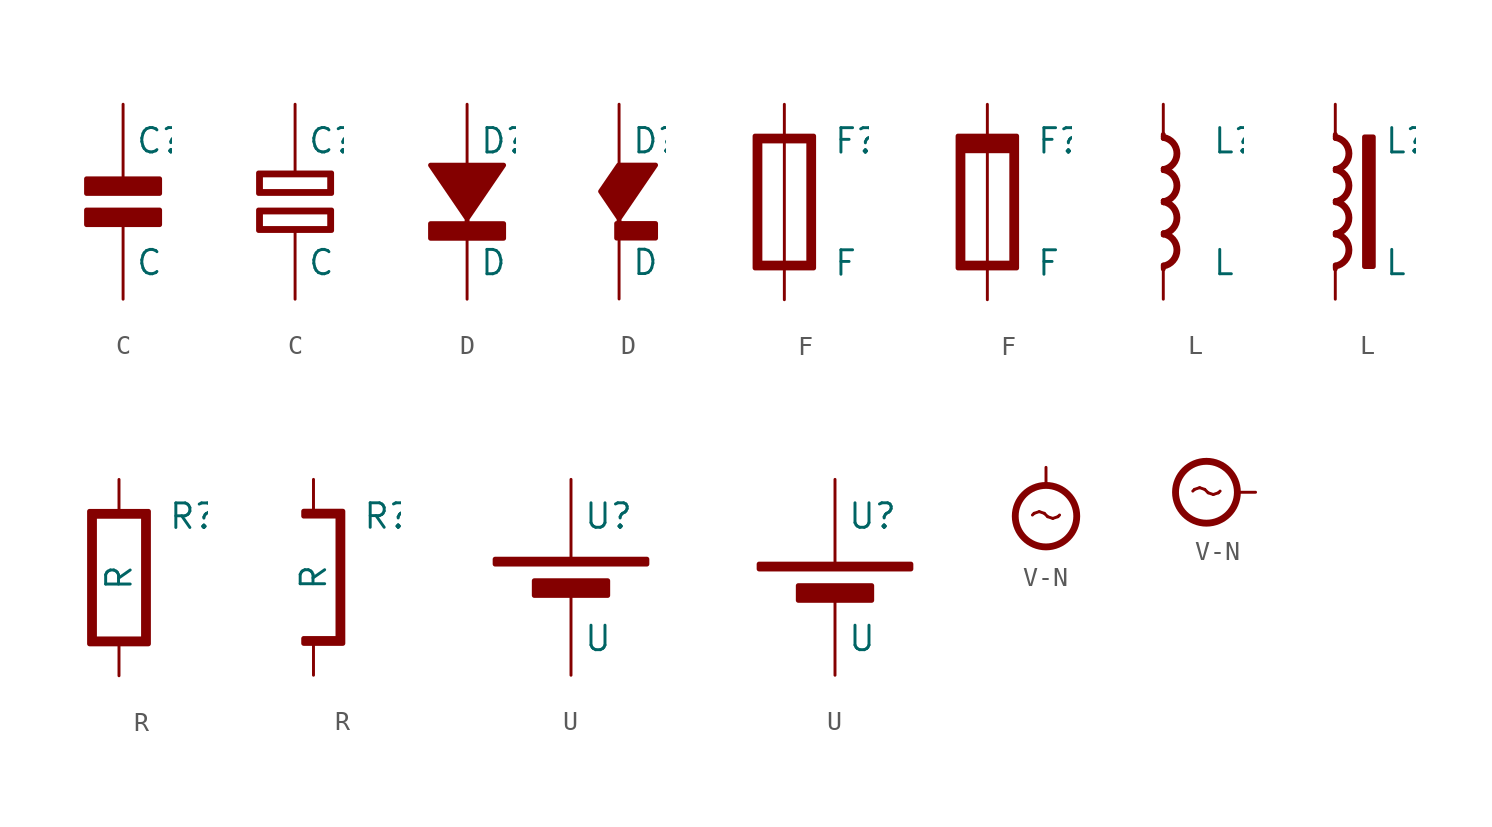
<source format=kicad_sym>
(kicad_symbol_lib
  (version 20220914)
  (generator kicad_symbol_editor)
  (symbol "C"
    (pin_numbers hide)
    (pin_names
      (offset 0) hide)
    (property "Reference" "C"
      (at 0.635 3.175 0)
      (effects (font (size 1.27 1.27)) (justify left)))
    (property "Value" "C"
      (at 0.635 -3.175 0)
      (effects (font (size 1.27 1.27)) (justify left)))
    (symbol "C_1_1"
      (rectangle (start -1.905 -0.432) (end 1.905 -1.194) (stroke (width 0.254) (type default)) (fill (type outline)))
      (rectangle (start -1.905 1.194) (end 1.905 0.432) (stroke (width 0.254) (type default)) (fill (type outline)))
      (pin passive line (at 0 5.08 270) (length 3.886) (name "+" (effects (font (size 1.27 1.27)))) (number "1" (effects (font (size 1.27 1.27)))))
      (pin passive line (at 0 -5.08 90) (length 3.886) (name "-" (effects (font (size 1.27 1.27)))) (number "2" (effects (font (size 1.27 1.27))))))
    (symbol "C_1_2"
      (polyline (pts (xy -1.905 -1.499) (xy 1.905 -1.499) (xy 1.905 -0.432) (xy -1.905 -0.432) (xy -1.905 -1.499) (xy -1.803 -1.397) (xy -1.803 -0.533) (xy 1.803 -0.533) (xy 1.803 -1.397) (xy -1.803 -1.397) (xy -1.905 -1.499)) (stroke (width 0.254) (type default)) (fill (type outline)))
      (polyline (pts (xy -1.905 0.432) (xy 1.905 0.432) (xy 1.905 1.499) (xy -1.905 1.499) (xy -1.905 0.432) (xy -1.803 0.533) (xy -1.803 1.397) (xy 1.803 1.397) (xy 1.803 0.533) (xy -1.803 0.533) (xy -1.905 0.432)) (stroke (width 0.254) (type default)) (fill (type outline)))
      (pin passive line (at 0 5.08 270) (length 3.581) (name "+" (effects (font (size 1.27 1.27)))) (number "1" (effects (font (size 1.27 1.27)))))
      (pin passive line (at 0 -5.08 90) (length 3.581) (name "-" (effects (font (size 1.27 1.27)))) (number "2" (effects (font (size 1.27 1.27)))))))
  (symbol "D"
    (pin_numbers hide)
    (pin_names
      (offset 0) hide)
    (property "Reference" "D"
      (at 0.635 3.175 0)
      (effects (font (size 1.27 1.27)) (justify left)))
    (property "Value" "D"
      (at 0.635 -3.175 0)
      (effects (font (size 1.27 1.27)) (justify left)))
    (symbol "D_1_0"
      (pin passive line (at 0 -5.08 90) (length 3.175) (name "K-" (effects (font (size 1.27 1.27)))) (number "1" (effects (font (size 1.27 1.27)))))
      (pin passive line (at 0 5.08 270) (length 3.175) (name "A+" (effects (font (size 1.27 1.27)))) (number "2" (effects (font (size 1.27 1.27))))))
    (symbol "D_1_1"
      (polyline (pts (xy -1.905 -1.905) (xy 1.905 -1.905) (xy 1.905 -1.143) (xy 0 -1.143) (xy 0 -0.889) (xy 1.905 1.905) (xy -1.905 1.905) (xy 0 -0.889) (xy 0 -1.143) (xy -1.905 -1.143) (xy -1.905 -1.905)) (stroke (width 0.254) (type default)) (fill (type outline))))
    (symbol "D_1_2"
      (polyline (pts (xy -0.127 -1.905) (xy 1.905 -1.905) (xy 1.905 -1.143) (xy 0 -1.143) (xy 0 -0.889) (xy 1.905 1.905) (xy -0.025 1.905) (xy -0.965 0.533) (xy 0 -0.889) (xy 0 -1.143) (xy -0.127 -1.143) (xy -0.127 -1.905)) (stroke (width 0.254) (type default)) (fill (type outline)))))
  (symbol "F"
    (pin_numbers hide)
    (pin_names
      (offset 0) hide)
    (property "Reference" "F"
      (at 2.54 3.175 0)
      (effects (font (size 1.27 1.27)) (justify left)))
    (property "Value" "F"
      (at 2.54 -3.175 0)
      (effects (font (size 1.27 1.27)) (justify left)))
    (symbol "F_1_0"
      (polyline (pts (xy 0 3.429) (xy 0 -3.429)) (stroke (width 0) (type default)) (fill (type none)))
      (pin passive line (at 0 5.08 270) (length 1.651) (name "+" (effects (font (size 1.27 1.27)))) (number "1" (effects (font (size 1.27 1.27)))))
      (pin passive line (at 0 -5.08 90) (length 1.651) (name "-" (effects (font (size 1.27 1.27)))) (number "2" (effects (font (size 1.27 1.27))))))
    (symbol "F_1_1"
      (polyline (pts (xy -1.524 -3.429) (xy 1.524 -3.429) (xy 1.524 3.429) (xy -1.524 3.429) (xy -1.524 -3.429) (xy -1.27 -3.175) (xy -1.27 3.175) (xy 1.27 3.175) (xy 1.27 -3.175) (xy -1.27 -3.175) (xy -1.524 -3.429)) (stroke (width 0.254) (type default)) (fill (type outline))))
    (symbol "F_1_2"
      (polyline (pts (xy -1.524 -3.429) (xy 1.524 -3.429) (xy 1.524 3.429) (xy -1.524 3.429) (xy -1.524 -3.429) (xy -1.27 -3.175) (xy -1.27 2.667) (xy 1.27 2.667) (xy 1.27 -3.175) (xy -1.27 -3.175) (xy -1.524 -3.429)) (stroke (width 0.254) (type default)) (fill (type outline)))))
  (symbol "L"
    (pin_numbers hide)
    (pin_names
      (offset 0) hide)
    (property "Reference" "L"
      (at 2.54 3.175 0)
      (effects (font (size 1.27 1.27)) (justify left)))
    (property "Value" "L"
      (at 2.54 -3.175 0)
      (effects (font (size 1.27 1.27)) (justify left)))
    (symbol "L_1_0"
      (arc (start 0 -3.4036) (mid 0.762 -2.5146) (end 0 -1.6256) (stroke (width 0.254) (type default)) (fill (type none)))
      (arc (start 0 -3.302) (mid 0.6604 -2.5146) (end 0 -1.7272) (stroke (width 0.254) (type default)) (fill (type none)))
      (arc (start 0 -1.7272) (mid 0.762 -0.8382) (end 0 0.0508) (stroke (width 0.254) (type default)) (fill (type none)))
      (arc (start 0 -1.6256) (mid 0.6604 -0.8382) (end 0 -0.0508) (stroke (width 0.254) (type default)) (fill (type none)))
      (arc (start 0 -0.0508) (mid 0.762 0.8382) (end 0 1.7272) (stroke (width 0.254) (type default)) (fill (type none)))
      (polyline (pts (xy 0 -3.302) (xy 0 -3.505)) (stroke (width 0.254) (type default)) (fill (type none)))
      (polyline (pts (xy 0 -1.626) (xy 0 -1.727)) (stroke (width 0.254) (type default)) (fill (type none)))
      (polyline (pts (xy 0 0.051) (xy 0 -0.051)) (stroke (width 0.254) (type default)) (fill (type none)))
      (polyline (pts (xy 0 1.727) (xy 0 1.626)) (stroke (width 0.254) (type default)) (fill (type none)))
      (polyline (pts (xy 0 3.505) (xy 0 3.302)) (stroke (width 0.254) (type default)) (fill (type none)))
      (arc (start 0 0.0508) (mid 0.6604 0.8382) (end 0 1.6256) (stroke (width 0.254) (type default)) (fill (type none)))
      (arc (start 0 1.6256) (mid 0.762 2.5146) (end 0 3.4036) (stroke (width 0.254) (type default)) (fill (type none)))
      (arc (start 0 1.7272) (mid 0.6604 2.5146) (end 0 3.302) (stroke (width 0.254) (type default)) (fill (type none)))
      (pin passive line (at 0 5.08 270) (length 1.575) (name "+" (effects (font (size 1.27 1.27)))) (number "1" (effects (font (size 1.27 1.27)))))
      (pin passive line (at 0 -5.08 90) (length 1.575) (name "-" (effects (font (size 1.27 1.27)))) (number "2" (effects (font (size 1.27 1.27))))))
    (symbol "L_1_2"
      (rectangle (start 1.524 3.378) (end 1.981 -3.378) (stroke (width 0.254) (type default)) (fill (type outline))))
    (symbol "L_1_3"
      (rectangle (start 1.524 -1.93) (end 1.981 -3.099) (stroke (width 0.254) (type default)) (fill (type outline)))
      (rectangle (start 1.524 -0.254) (end 1.981 -1.422) (stroke (width 0.254) (type default)) (fill (type outline)))
      (rectangle (start 1.524 1.422) (end 1.981 0.254) (stroke (width 0.254) (type default)) (fill (type outline)))
      (rectangle (start 1.524 3.099) (end 1.981 1.93) (stroke (width 0.254) (type default)) (fill (type outline)))))
  (symbol "R"
    (pin_numbers hide)
    (pin_names
      (offset 0) hide)
    (property "Reference" "R"
      (at 2.54 3.175 0)
      (effects (font (size 1.27 1.27)) (justify left)))
    (property "Value" "R"
      (at 0 0 90)
      (do_not_autoplace)
      (effects (font (size 1.27 1.27))))
    (symbol "R_1_1"
      (polyline (pts (xy -1.524 -3.429) (xy 1.524 -3.429) (xy 1.524 3.429) (xy -1.524 3.429) (xy -1.524 -3.429) (xy -1.27 -3.175) (xy -1.27 3.175) (xy 1.27 3.175) (xy 1.27 -3.175) (xy -1.27 -3.175) (xy -1.524 -3.429)) (stroke (width 0.254) (type default)) (fill (type outline)))
      (pin passive line (at 0 5.08 270) (length 1.651) (name "+" (effects (font (size 1.27 1.27)))) (number "1" (effects (font (size 1.27 1.27)))))
      (pin passive line (at 0 -5.08 90) (length 1.651) (name "-" (effects (font (size 1.27 1.27)))) (number "2" (effects (font (size 1.27 1.27))))))
    (symbol "R_1_2"
      (polyline (pts (xy -0.508 -3.429) (xy 1.524 -3.429) (xy 1.524 3.429) (xy -0.508 3.429) (xy -0.508 3.175) (xy 1.27 3.175) (xy 1.27 -3.175) (xy -0.508 -3.175) (xy -0.508 -3.429)) (stroke (width 0.254) (type default)) (fill (type outline)))
      (pin passive line (at 0 5.08 270) (length 1.651) (name "+" (effects (font (size 1.27 1.27)))) (number "1" (effects (font (size 1.27 1.27)))))
      (pin passive line (at 0 -5.08 90) (length 1.651) (name "-" (effects (font (size 1.27 1.27)))) (number "2" (effects (font (size 1.27 1.27))))))
    (symbol "R_1_3"
      (polyline (pts (xy 0 3.48) (xy 0 3.2) (xy 0.711 2.794) (xy -1.194 1.676) (xy 0.711 0.559) (xy -1.194 -0.559) (xy 0.711 -1.676) (xy -1.194 -2.794) (xy 0 -3.48) (xy 0 -3.2) (xy -0.711 -2.794) (xy 1.194 -1.676) (xy -0.711 -0.559) (xy 1.194 0.559) (xy -0.711 1.676) (xy 1.194 2.794) (xy 0 3.48)) (stroke (width 0.254) (type default)) (fill (type outline)))
      (pin passive line (at 0 5.08 270) (length 1.6) (name "+" (effects (font (size 1.27 1.27)))) (number "1" (effects (font (size 1.27 1.27)))))
      (pin passive line (at 0 -5.08 90) (length 1.6) (name "-" (effects (font (size 1.27 1.27)))) (number "2" (effects (font (size 1.27 1.27))))))
    (symbol "R_1_4"
      (polyline (pts (xy 0 4.547) (xy 0 4.267) (xy 0.051 4.242) (xy 1.016 3.683) (xy -1.524 2.21) (xy 1.016 0.737) (xy -1.524 -0.737) (xy 1.016 -2.21) (xy -1.524 -3.683) (xy -0.076 -4.521) (xy 0 -4.547) (xy 0 -4.267) (xy -0.051 -4.242) (xy -1.016 -3.683) (xy 1.524 -2.21) (xy -1.016 -0.737) (xy 1.524 0.737) (xy -1.016 2.21) (xy 1.524 3.683) (xy 0.076 4.521) (xy 0 4.547)) (stroke (width 0.254) (type default)) (fill (type outline)))
      (pin passive line (at 0 5.08 270) (length 0.533) (name "+" (effects (font (size 1.27 1.27)))) (number "1" (effects (font (size 1.27 1.27)))))
      (pin passive line (at 0 -5.08 90) (length 0.533) (name "-" (effects (font (size 1.27 1.27)))) (number "2" (effects (font (size 1.27 1.27)))))))
  (symbol "U"
    (pin_numbers hide)
    (pin_names
      (offset 0) hide)
    (property "Reference" "U"
      (at 0.635 3.175 0)
      (effects (font (size 1.27 1.27)) (justify left)))
    (property "Value" "U"
      (at 0.635 -3.175 0)
      (effects (font (size 1.27 1.27)) (justify left)))
    (symbol "U_1_1"
      (rectangle (start -3.937 0.94) (end 3.937 0.686) (stroke (width 0.254) (type default)) (fill (type outline)))
      (rectangle (start -1.905 -0.178) (end 1.905 -0.94) (stroke (width 0.254) (type default)) (fill (type outline)))
      (pin passive line (at 0 5.08 270) (length 4.14) (name "+" (effects (font (size 1.27 1.27)))) (number "1" (effects (font (size 1.27 1.27)))))
      (pin passive line (at 0 -5.08 90) (length 4.14) (name "-" (effects (font (size 1.27 1.27)))) (number "2" (effects (font (size 1.27 1.27))))))
    (symbol "U_1_2"
      (rectangle (start -3.937 0.686) (end 3.937 0.432) (stroke (width 0.254) (type default)) (fill (type outline)))
      (rectangle (start -1.905 -0.432) (end 1.905 -1.194) (stroke (width 0.254) (type default)) (fill (type outline)))
      (pin passive line (at 0 5.08 270) (length 4.394) (name "+" (effects (font (size 1.27 1.27)))) (number "1" (effects (font (size 1.27 1.27)))))
      (pin passive line (at 0 -5.08 90) (length 3.886) (name "-" (effects (font (size 1.27 1.27)))) (number "2" (effects (font (size 1.27 1.27)))))))
  (symbol "V-N"
    (power)
    (pin_numbers hide)
    (pin_names
      (offset 1.27) hide)
    (property "Reference" "#PWR"
      (at 5.08 0 0)
      (effects (font (size 1.27 1.27)) (justify left) hide))
    (symbol "V-N_1_0"
      (pin power_in line (at 0 0 0) (length 0) hide (name "N" (effects (font (size 1.27 1.27)))) (number "0" (effects (font (size 0 0))))))
    (symbol "V-N_1_1"
      (circle (center 0 -2.54) (radius 1.6) (stroke (width 0.356) (type default)) (fill (type none)))
      (polyline (pts (xy 0 -0.889) (xy 0 0)) (stroke (width 0) (type default)) (fill (type none)))
      (text "∼" (at 0 -2.337 0) (effects (font (size 1.854 1.854)))))
    (symbol "V-N_1_2"
      (circle (center -2.54 0) (radius 1.6) (stroke (width 0.356) (type default)) (fill (type none)))
      (polyline (pts (xy -0.889 0) (xy 0 0)) (stroke (width 0) (type default)) (fill (type none)))
      (text "∼" (at -2.54 0.203 0) (effects (font (size 1.854 1.854)))))))
</source>
